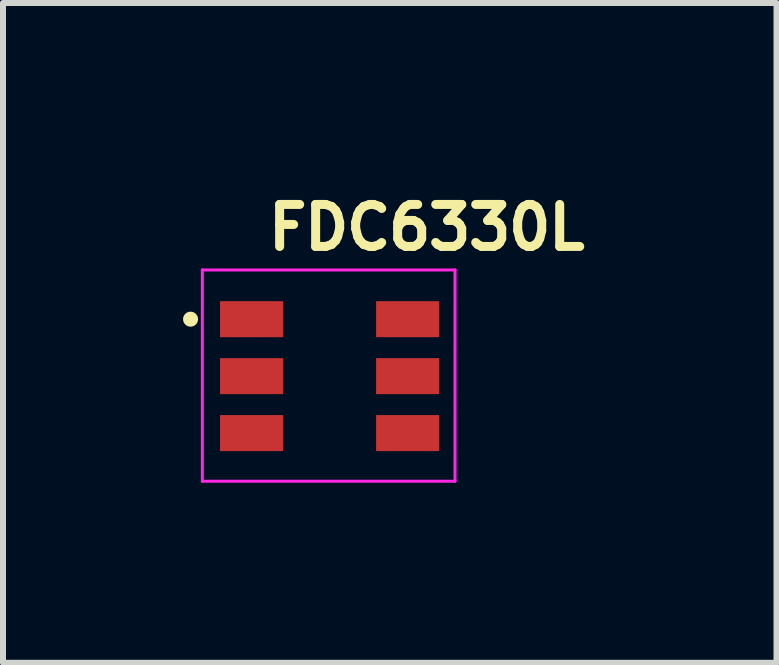
<source format=kicad_pcb>
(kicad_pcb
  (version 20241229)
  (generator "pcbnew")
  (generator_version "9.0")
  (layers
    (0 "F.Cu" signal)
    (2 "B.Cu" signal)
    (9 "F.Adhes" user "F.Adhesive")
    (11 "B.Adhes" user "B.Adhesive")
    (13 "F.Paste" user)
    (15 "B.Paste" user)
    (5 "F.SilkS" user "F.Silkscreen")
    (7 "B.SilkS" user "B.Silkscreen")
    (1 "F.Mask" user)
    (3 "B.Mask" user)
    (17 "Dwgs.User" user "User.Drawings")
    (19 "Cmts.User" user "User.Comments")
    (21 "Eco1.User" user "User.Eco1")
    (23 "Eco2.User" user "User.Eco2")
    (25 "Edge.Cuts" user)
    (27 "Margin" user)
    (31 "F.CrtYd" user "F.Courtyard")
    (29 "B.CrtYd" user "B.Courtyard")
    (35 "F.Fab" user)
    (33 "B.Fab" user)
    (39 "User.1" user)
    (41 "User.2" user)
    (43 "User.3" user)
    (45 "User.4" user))
  (footprint "FDC6330L"
    (layer "F.Cu")
    (at 1.141 2.268)
    (property "Reference" "FDC6330L" (at 0.203 -1.118 0) (layer "F.SilkS") (effects (font (size 0.7 0.7) (thickness 0.15)) (justify left bottom)))
    (attr smd)
    (fp_circle (center -1.016 0) (end -0.966 0) (stroke (width 0.15) (type solid)) (fill yes) (layer "F.SilkS"))
    (fp_line (start -0.82 -0.82) (end 3.39 -0.82) (stroke (width 0.05) (type solid)) (layer "F.CrtYd"))
    (fp_line (start -0.82 2.7) (end -0.82 -0.82) (stroke (width 0.05) (type solid)) (layer "F.CrtYd"))
    (fp_line (start 3.39 -0.82) (end 3.39 2.7) (stroke (width 0.05) (type solid)) (layer "F.CrtYd"))
    (fp_line (start 3.39 2.7) (end -0.82 2.7) (stroke (width 0.05) (type solid)) (layer "F.CrtYd"))
    (fp_rect (start -0.201 -0.552) (end 2.798 2.45) (stroke (width 0.1) (type solid)) (fill no) (layer "User.5"))
    (fp_line (start -0.201 -0.202) (end -0.072 -0.202) (stroke (width 0.02) (type solid)) (layer "User.9"))
    (fp_line (start -0.201 0.199) (end -0.201 -0.202) (stroke (width 0.02) (type solid)) (layer "User.9"))
    (fp_line (start -0.201 0.748) (end -0.072 0.748) (stroke (width 0.02) (type solid)) (layer "User.9"))
    (fp_line (start -0.201 1.148) (end -0.201 0.748) (stroke (width 0.02) (type solid)) (layer "User.9"))
    (fp_line (start -0.201 1.699) (end -0.072 1.699) (stroke (width 0.02) (type solid)) (layer "User.9"))
    (fp_line (start -0.201 2.099) (end -0.201 1.699) (stroke (width 0.02) (type solid)) (layer "User.9"))
    (fp_line (start -0.072 -0.202) (end 0.02 -0.202) (stroke (width 0.02) (type solid)) (layer "User.9"))
    (fp_line (start -0.072 0.199) (end -0.201 0.199) (stroke (width 0.02) (type solid)) (layer "User.9"))
    (fp_line (start -0.072 0.748) (end 0.02 0.748) (stroke (width 0.02) (type solid)) (layer "User.9"))
    (fp_line (start -0.072 1.148) (end -0.201 1.148) (stroke (width 0.02) (type solid)) (layer "User.9"))
    (fp_line (start -0.072 1.699) (end 0.02 1.699) (stroke (width 0.02) (type solid)) (layer "User.9"))
    (fp_line (start -0.072 2.099) (end -0.201 2.099) (stroke (width 0.02) (type solid)) (layer "User.9"))
    (fp_line (start 0.02 -0.202) (end 0.02 0.199) (stroke (width 0.02) (type solid)) (layer "User.9"))
    (fp_line (start 0.02 -0.202) (end 0.106 -0.202) (stroke (width 0.02) (type solid)) (layer "User.9"))
    (fp_line (start 0.02 0.199) (end -0.072 0.199) (stroke (width 0.02) (type solid)) (layer "User.9"))
    (fp_line (start 0.02 0.199) (end 0.106 0.199) (stroke (width 0.02) (type solid)) (layer "User.9"))
    (fp_line (start 0.02 0.748) (end 0.02 1.148) (stroke (width 0.02) (type solid)) (layer "User.9"))
    (fp_line (start 0.02 0.748) (end 0.106 0.748) (stroke (width 0.02) (type solid)) (layer "User.9"))
    (fp_line (start 0.02 1.148) (end -0.072 1.148) (stroke (width 0.02) (type solid)) (layer "User.9"))
    (fp_line (start 0.02 1.148) (end 0.106 1.148) (stroke (width 0.02) (type solid)) (layer "User.9"))
    (fp_line (start 0.02 1.699) (end 0.02 2.099) (stroke (width 0.02) (type solid)) (layer "User.9"))
    (fp_line (start 0.02 1.699) (end 0.106 1.699) (stroke (width 0.02) (type solid)) (layer "User.9"))
    (fp_line (start 0.02 2.099) (end -0.072 2.099) (stroke (width 0.02) (type solid)) (layer "User.9"))
    (fp_line (start 0.02 2.099) (end 0.106 2.099) (stroke (width 0.02) (type solid)) (layer "User.9"))
    (fp_line (start 0.106 -0.202) (end 0.106 -0.202) (stroke (width 0.02) (type solid)) (layer "User.9"))
    (fp_line (start 0.106 -0.202) (end 0.32 -0.202) (stroke (width 0.02) (type solid)) (layer "User.9"))
    (fp_line (start 0.106 0.199) (end 0.106 0.199) (stroke (width 0.02) (type solid)) (layer "User.9"))
    (fp_line (start 0.106 0.199) (end 0.32 0.199) (stroke (width 0.02) (type solid)) (layer "User.9"))
    (fp_line (start 0.106 0.748) (end 0.106 0.748) (stroke (width 0.02) (type solid)) (layer "User.9"))
    (fp_line (start 0.106 0.748) (end 0.32 0.748) (stroke (width 0.02) (type solid)) (layer "User.9"))
    (fp_line (start 0.106 1.148) (end 0.106 1.148) (stroke (width 0.02) (type solid)) (layer "User.9"))
    (fp_line (start 0.106 1.148) (end 0.32 1.148) (stroke (width 0.02) (type solid)) (layer "User.9"))
    (fp_line (start 0.106 1.699) (end 0.106 1.699) (stroke (width 0.02) (type solid)) (layer "User.9"))
    (fp_line (start 0.106 1.699) (end 0.32 1.699) (stroke (width 0.02) (type solid)) (layer "User.9"))
    (fp_line (start 0.106 2.099) (end 0.106 2.099) (stroke (width 0.02) (type solid)) (layer "User.9"))
    (fp_line (start 0.106 2.099) (end 0.32 2.099) (stroke (width 0.02) (type solid)) (layer "User.9"))
    (fp_line (start 0.32 -0.202) (end 0.45 -0.202) (stroke (width 0.02) (type solid)) (layer "User.9"))
    (fp_line (start 0.32 0.748) (end 0.45 0.748) (stroke (width 0.02) (type solid)) (layer "User.9"))
    (fp_line (start 0.32 1.699) (end 0.45 1.699) (stroke (width 0.02) (type solid)) (layer "User.9"))
    (fp_line (start 0.45 -0.552) (end 0.45 -0.552) (stroke (width 0.02) (type solid)) (layer "User.9"))
    (fp_line (start 0.45 -0.552) (end 0.45 2.45) (stroke (width 0.02) (type solid)) (layer "User.9"))
    (fp_line (start 0.45 -0.552) (end 2.149 -0.552) (stroke (width 0.02) (type solid)) (layer "User.9"))
    (fp_line (start 0.45 -0.552) (end 2.149 -0.552) (stroke (width 0.02) (type solid)) (layer "User.9"))
    (fp_line (start 0.45 0.199) (end 0.32 0.199) (stroke (width 0.02) (type solid)) (layer "User.9"))
    (fp_line (start 0.45 1.148) (end 0.32 1.148) (stroke (width 0.02) (type solid)) (layer "User.9"))
    (fp_line (start 0.45 2.099) (end 0.32 2.099) (stroke (width 0.02) (type solid)) (layer "User.9"))
    (fp_line (start 0.45 2.45) (end 2.149 2.45) (stroke (width 0.02) (type solid)) (layer "User.9"))
    (fp_line (start 0.499 -0.5) (end 0.45 -0.552) (stroke (width 0.02) (type solid)) (layer "User.9"))
    (fp_line (start 0.499 -0.5) (end 2.1 -0.5) (stroke (width 0.02) (type solid)) (layer "User.9"))
    (fp_line (start 0.499 2.398) (end 0.45 2.45) (stroke (width 0.02) (type solid)) (layer "User.9"))
    (fp_line (start 0.499 2.398) (end 0.499 -0.5) (stroke (width 0.02) (type solid)) (layer "User.9"))
    (fp_line (start 2.1 -0.5) (end 2.1 2.398) (stroke (width 0.02) (type solid)) (layer "User.9"))
    (fp_line (start 2.1 2.398) (end 0.499 2.398) (stroke (width 0.02) (type solid)) (layer "User.9"))
    (fp_line (start 2.1 2.398) (end 2.149 2.45) (stroke (width 0.02) (type solid)) (layer "User.9"))
    (fp_line (start 2.149 -0.552) (end 2.1 -0.5) (stroke (width 0.02) (type solid)) (layer "User.9"))
    (fp_line (start 2.149 -0.552) (end 2.149 2.448) (stroke (width 0.02) (type solid)) (layer "User.9"))
    (fp_line (start 2.149 1.699) (end 2.28 1.699) (stroke (width 0.02) (type solid)) (layer "User.9"))
    (fp_line (start 2.149 2.448) (end 2.149 2.448) (stroke (width 0.02) (type solid)) (layer "User.9"))
    (fp_line (start 2.149 2.45) (end 2.149 -0.552) (stroke (width 0.02) (type solid)) (layer "User.9"))
    (fp_line (start 2.28 -0.201) (end 2.149 -0.201) (stroke (width 0.02) (type solid)) (layer "User.9"))
    (fp_line (start 2.28 0.199) (end 2.149 0.199) (stroke (width 0.02) (type solid)) (layer "User.9"))
    (fp_line (start 2.28 0.199) (end 2.491 0.199) (stroke (width 0.02) (type solid)) (layer "User.9"))
    (fp_line (start 2.28 0.748) (end 2.149 0.748) (stroke (width 0.02) (type solid)) (layer "User.9"))
    (fp_line (start 2.28 1.148) (end 2.149 1.148) (stroke (width 0.02) (type solid)) (layer "User.9"))
    (fp_line (start 2.28 1.148) (end 2.491 1.148) (stroke (width 0.02) (type solid)) (layer "User.9"))
    (fp_line (start 2.28 2.099) (end 2.149 2.099) (stroke (width 0.02) (type solid)) (layer "User.9"))
    (fp_line (start 2.491 -0.201) (end 2.28 -0.201) (stroke (width 0.02) (type solid)) (layer "User.9"))
    (fp_line (start 2.491 -0.201) (end 2.491 -0.201) (stroke (width 0.02) (type solid)) (layer "User.9"))
    (fp_line (start 2.491 0.199) (end 2.491 0.199) (stroke (width 0.02) (type solid)) (layer "User.9"))
    (fp_line (start 2.491 0.199) (end 2.58 0.199) (stroke (width 0.02) (type solid)) (layer "User.9"))
    (fp_line (start 2.491 0.748) (end 2.28 0.748) (stroke (width 0.02) (type solid)) (layer "User.9"))
    (fp_line (start 2.491 0.748) (end 2.491 0.748) (stroke (width 0.02) (type solid)) (layer "User.9"))
    (fp_line (start 2.491 1.148) (end 2.491 1.148) (stroke (width 0.02) (type solid)) (layer "User.9"))
    (fp_line (start 2.491 1.148) (end 2.58 1.148) (stroke (width 0.02) (type solid)) (layer "User.9"))
    (fp_line (start 2.491 1.699) (end 2.28 1.699) (stroke (width 0.02) (type solid)) (layer "User.9"))
    (fp_line (start 2.491 1.699) (end 2.491 1.699) (stroke (width 0.02) (type solid)) (layer "User.9"))
    (fp_line (start 2.491 2.099) (end 2.28 2.099) (stroke (width 0.02) (type solid)) (layer "User.9"))
    (fp_line (start 2.491 2.099) (end 2.491 2.099) (stroke (width 0.02) (type solid)) (layer "User.9"))
    (fp_line (start 2.58 -0.201) (end 2.491 -0.201) (stroke (width 0.02) (type solid)) (layer "User.9"))
    (fp_line (start 2.58 -0.201) (end 2.58 0.199) (stroke (width 0.02) (type solid)) (layer "User.9"))
    (fp_line (start 2.58 0.199) (end 2.58 -0.201) (stroke (width 0.02) (type solid)) (layer "User.9"))
    (fp_line (start 2.58 0.748) (end 2.491 0.748) (stroke (width 0.02) (type solid)) (layer "User.9"))
    (fp_line (start 2.58 0.748) (end 2.58 1.148) (stroke (width 0.02) (type solid)) (layer "User.9"))
    (fp_line (start 2.58 1.148) (end 2.58 0.748) (stroke (width 0.02) (type solid)) (layer "User.9"))
    (fp_line (start 2.58 1.699) (end 2.491 1.699) (stroke (width 0.02) (type solid)) (layer "User.9"))
    (fp_line (start 2.58 1.699) (end 2.58 2.099) (stroke (width 0.02) (type solid)) (layer "User.9"))
    (fp_line (start 2.58 1.699) (end 2.669 1.699) (stroke (width 0.02) (type solid)) (layer "User.9"))
    (fp_line (start 2.58 2.099) (end 2.491 2.099) (stroke (width 0.02) (type solid)) (layer "User.9"))
    (fp_line (start 2.58 2.099) (end 2.58 1.699) (stroke (width 0.02) (type solid)) (layer "User.9"))
    (fp_line (start 2.669 -0.201) (end 2.58 -0.201) (stroke (width 0.02) (type solid)) (layer "User.9"))
    (fp_line (start 2.669 0.199) (end 2.58 0.199) (stroke (width 0.02) (type solid)) (layer "User.9"))
    (fp_line (start 2.669 0.748) (end 2.58 0.748) (stroke (width 0.02) (type solid)) (layer "User.9"))
    (fp_line (start 2.669 1.148) (end 2.58 1.148) (stroke (width 0.02) (type solid)) (layer "User.9"))
    (fp_line (start 2.669 1.699) (end 2.798 1.699) (stroke (width 0.02) (type solid)) (layer "User.9"))
    (fp_line (start 2.669 2.099) (end 2.58 2.099) (stroke (width 0.02) (type solid)) (layer "User.9"))
    (fp_line (start 2.798 -0.201) (end 2.669 -0.201) (stroke (width 0.02) (type solid)) (layer "User.9"))
    (fp_line (start 2.798 -0.201) (end 2.798 0.199) (stroke (width 0.02) (type solid)) (layer "User.9"))
    (fp_line (start 2.798 0.199) (end 2.669 0.199) (stroke (width 0.02) (type solid)) (layer "User.9"))
    (fp_line (start 2.798 0.748) (end 2.669 0.748) (stroke (width 0.02) (type solid)) (layer "User.9"))
    (fp_line (start 2.798 0.748) (end 2.798 1.148) (stroke (width 0.02) (type solid)) (layer "User.9"))
    (fp_line (start 2.798 1.148) (end 2.669 1.148) (stroke (width 0.02) (type solid)) (layer "User.9"))
    (fp_line (start 2.798 1.699) (end 2.798 2.099) (stroke (width 0.02) (type solid)) (layer "User.9"))
    (fp_line (start 2.798 2.099) (end 2.669 2.099) (stroke (width 0.02) (type solid)) (layer "User.9"))
    (pad "1" smd rect (at 0 0) (size 1.05 0.6) (layers "F.Cu" "F.Mask" "F.Paste"))
    (pad "2" smd rect (at 0 0.949) (size 1.05 0.6) (layers "F.Cu" "F.Mask" "F.Paste"))
    (pad "3" smd rect (at 0 1.898) (size 1.05 0.6) (layers "F.Cu" "F.Mask" "F.Paste"))
    (pad "4" smd rect (at 2.6 1.898) (size 1.05 0.6) (layers "F.Cu" "F.Mask" "F.Paste"))
    (pad "5" smd rect (at 2.6 0.949) (size 1.05 0.6) (layers "F.Cu" "F.Mask" "F.Paste"))
    (pad "6" smd rect (at 2.6 0) (size 1.05 0.6) (layers "F.Cu" "F.Mask" "F.Paste")))
  (gr_rect
    (start -3 -3)
    (end 9.888 7.993)
    (stroke (width 0.1) (type default))
    (fill no)
    (layer "Edge.Cuts")))
</source>
